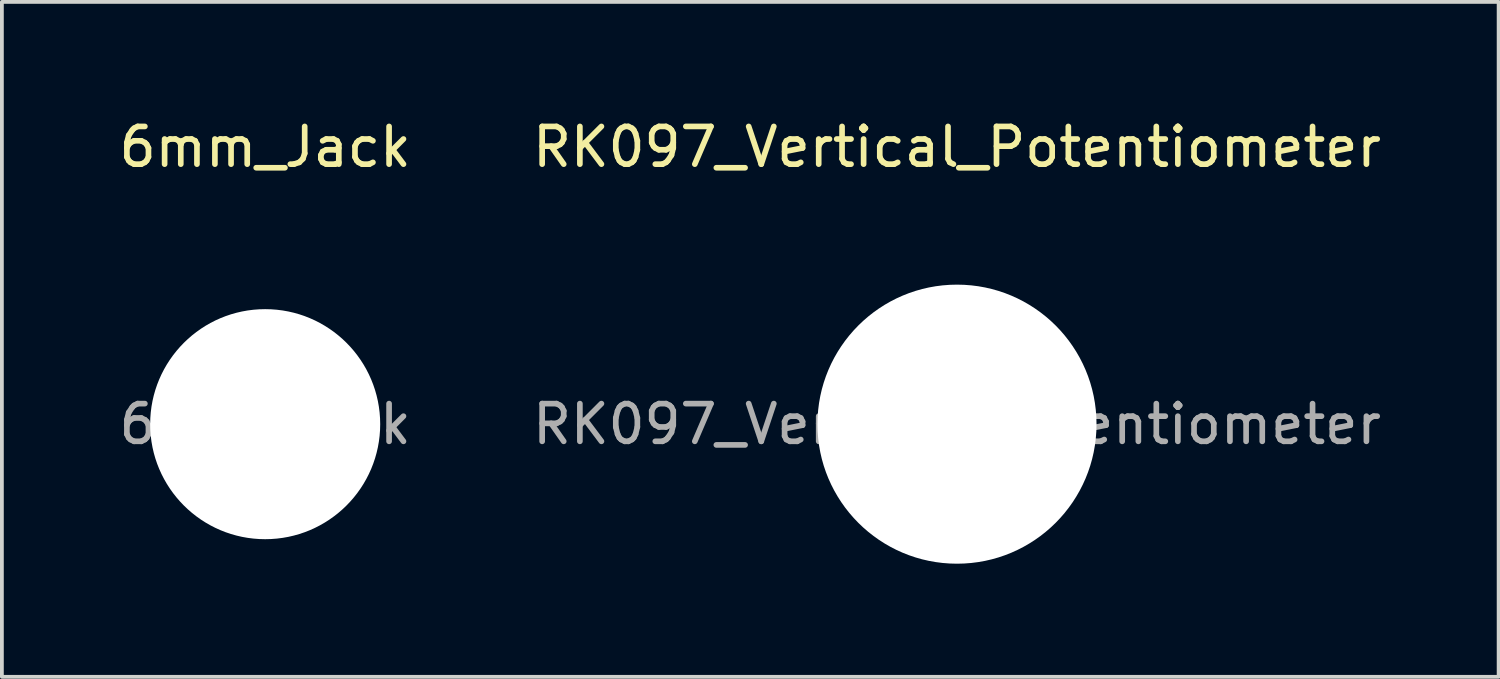
<source format=kicad_pcb>
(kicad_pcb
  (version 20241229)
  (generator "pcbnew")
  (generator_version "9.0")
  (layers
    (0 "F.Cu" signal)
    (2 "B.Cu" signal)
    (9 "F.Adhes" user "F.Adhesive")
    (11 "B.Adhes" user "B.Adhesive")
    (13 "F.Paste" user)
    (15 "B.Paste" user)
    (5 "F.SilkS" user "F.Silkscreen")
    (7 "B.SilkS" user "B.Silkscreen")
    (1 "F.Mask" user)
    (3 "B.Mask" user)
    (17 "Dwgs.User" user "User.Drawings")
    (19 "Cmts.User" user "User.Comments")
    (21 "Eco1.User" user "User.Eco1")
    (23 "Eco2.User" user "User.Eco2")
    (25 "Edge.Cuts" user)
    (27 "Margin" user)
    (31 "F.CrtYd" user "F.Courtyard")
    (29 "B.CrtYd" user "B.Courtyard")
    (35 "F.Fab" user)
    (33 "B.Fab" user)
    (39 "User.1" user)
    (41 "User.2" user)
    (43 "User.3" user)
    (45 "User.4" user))
  (footprint "6mm_Jack"
    (layer "F.Cu")
    (at 3.982 8.198)
    (property "Reference" "6mm_Jack" (at 0 -7.35 0) (layer "F.SilkS") (effects (font (size 1 1) (thickness 0.15))))
    (attr exclude_from_pos_files exclude_from_bom)
    (fp_text user "${REFERENCE}" (at 0 0 0) (layer "F.Fab") (effects (font (size 1 1) (thickness 0.15))))
    (pad "" np_thru_hole circle (at 0 0) (size 6.1 6.1) (drill 6.1) (layers "*.Cu" "*.Mask")))
  (footprint "RK097_Vertical_Potentiometer"
    (layer "F.Cu")
    (at 22.327 8.198)
    (property "Reference" "RK097_Vertical_Potentiometer" (at 0 -7.35 0) (layer "F.SilkS") (effects (font (size 1 1) (thickness 0.15))))
    (attr exclude_from_pos_files exclude_from_bom)
    (fp_text user "${REFERENCE}" (at 0 0 0) (layer "F.Fab") (effects (font (size 1 1) (thickness 0.15))))
    (pad "" np_thru_hole circle (at 0 0) (size 7.4 7.4) (drill 7.4) (layers "*.Cu" "*.Mask")))
  (gr_rect
    (start -3 -3)
    (end 36.69 14.898)
    (stroke (width 0.1) (type default))
    (fill no)
    (layer "Edge.Cuts")))
</source>
